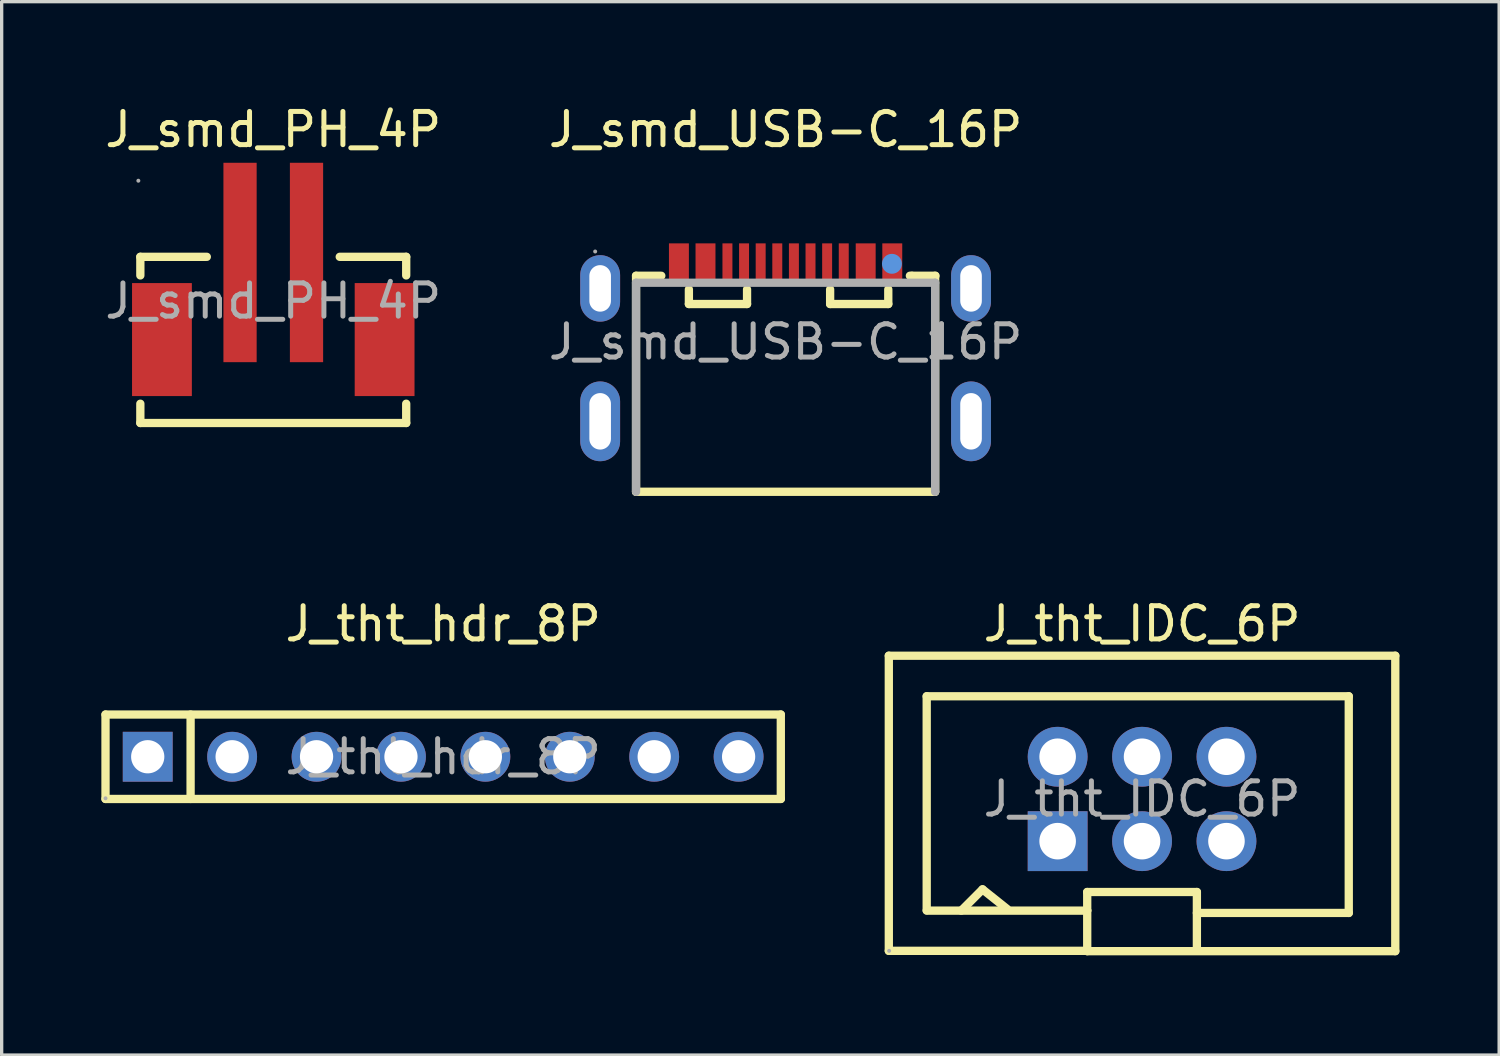
<source format=kicad_pcb>
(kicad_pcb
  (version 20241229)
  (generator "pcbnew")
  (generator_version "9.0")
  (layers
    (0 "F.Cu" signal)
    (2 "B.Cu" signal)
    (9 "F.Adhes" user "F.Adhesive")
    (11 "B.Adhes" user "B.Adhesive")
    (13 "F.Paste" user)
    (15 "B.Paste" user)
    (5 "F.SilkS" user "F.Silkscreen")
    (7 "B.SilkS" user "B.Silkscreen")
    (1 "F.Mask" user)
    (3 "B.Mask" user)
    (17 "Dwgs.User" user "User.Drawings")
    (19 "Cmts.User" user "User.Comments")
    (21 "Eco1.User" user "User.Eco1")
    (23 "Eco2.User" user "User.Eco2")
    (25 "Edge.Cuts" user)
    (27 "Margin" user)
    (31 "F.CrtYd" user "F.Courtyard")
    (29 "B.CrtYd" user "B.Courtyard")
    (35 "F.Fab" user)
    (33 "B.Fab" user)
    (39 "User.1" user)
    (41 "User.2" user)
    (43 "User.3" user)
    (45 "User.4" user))
  (footprint "J_tht_hdr_8P"
    (layer "F.Cu")
    (at 10.285 19.721)
    (property "Reference" "J_tht_hdr_8P" (at 0 -4 0) (layer "F.SilkS") (effects (font (size 1 1) (thickness 0.15))))
    (attr through_hole)
    (fp_line (start -10.16 -1.27) (end 10.16 -1.27) (stroke (width 0.25) (type solid)) (layer "F.SilkS"))
    (fp_line (start -10.16 1.27) (end -10.16 -1.27) (stroke (width 0.25) (type solid)) (layer "F.SilkS"))
    (fp_line (start -7.6 -1.27) (end -7.6 1.27) (stroke (width 0.25) (type solid)) (layer "F.SilkS"))
    (fp_line (start 10.16 -1.27) (end 10.16 1.27) (stroke (width 0.25) (type solid)) (layer "F.SilkS"))
    (fp_line (start 10.16 1.27) (end -10.16 1.27) (stroke (width 0.25) (type solid)) (layer "F.SilkS"))
    (fp_circle (center -10.16 1.25) (end -10.13 1.25) (stroke (width 0.06) (type solid)) (fill no) (layer "F.Fab"))
    (fp_text user "${REFERENCE}" (at 0 0 0) (layer "F.Fab") (effects (font (size 1 1) (thickness 0.15))))
    (pad "1" thru_hole rect (at -8.89 0) (size 1.5 1.5) (drill 1) (layers "*.Cu" "*.Mask"))
    (pad "2" thru_hole circle (at -6.35 0) (size 1.5 1.5) (drill 1) (layers "*.Cu" "*.Mask"))
    (pad "3" thru_hole circle (at -3.81 0) (size 1.5 1.5) (drill 1) (layers "*.Cu" "*.Mask"))
    (pad "4" thru_hole circle (at -1.27 0) (size 1.5 1.5) (drill 1) (layers "*.Cu" "*.Mask"))
    (pad "5" thru_hole circle (at 1.27 0) (size 1.5 1.5) (drill 1) (layers "*.Cu" "*.Mask"))
    (pad "6" thru_hole circle (at 3.81 0) (size 1.5 1.5) (drill 1) (layers "*.Cu" "*.Mask"))
    (pad "7" thru_hole circle (at 6.35 0) (size 1.5 1.5) (drill 1) (layers "*.Cu" "*.Mask"))
    (pad "8" thru_hole circle (at 8.89 0) (size 1.5 1.5) (drill 1) (layers "*.Cu" "*.Mask")))
  (footprint "J_smd_USB-C_16P"
    (layer "F.Cu")
    (at 20.589 7.238)
    (property "Reference" "J_smd_USB-C_16P" (at 0 -6.39 0) (layer "F.SilkS") (effects (font (size 1 1) (thickness 0.15))))
    (attr smd)
    (fp_line (start -4.5 -1.99) (end -4.5 4.51) (stroke (width 0.25) (type solid)) (layer "F.SilkS"))
    (fp_line (start -4.5 4.51) (end 4.45 4.51) (stroke (width 0.25) (type solid)) (layer "F.SilkS"))
    (fp_line (start -3.74 -1.99) (end -4.5 -1.99) (stroke (width 0.25) (type solid)) (layer "F.SilkS"))
    (fp_line (start -2.91 -1.14) (end -2.91 -1.58) (stroke (width 0.25) (type solid)) (layer "F.SilkS"))
    (fp_line (start -2.91 -1.14) (end -1.16 -1.14) (stroke (width 0.25) (type solid)) (layer "F.SilkS"))
    (fp_line (start -1.16 -1.14) (end -1.16 -1.58) (stroke (width 0.25) (type solid)) (layer "F.SilkS"))
    (fp_line (start 1.34 -1.14) (end 1.34 -1.58) (stroke (width 0.25) (type solid)) (layer "F.SilkS"))
    (fp_line (start 3.09 -1.14) (end 1.34 -1.14) (stroke (width 0.25) (type solid)) (layer "F.SilkS"))
    (fp_line (start 3.09 -1.14) (end 3.09 -1.58) (stroke (width 0.25) (type solid)) (layer "F.SilkS"))
    (fp_line (start 3.8 -1.99) (end 3.74 -1.99) (stroke (width 0.25) (type solid)) (layer "F.SilkS"))
    (fp_line (start 4.45 4.51) (end 4.5 4.51) (stroke (width 0.25) (type solid)) (layer "F.SilkS"))
    (fp_line (start 4.5 4.51) (end 4.5 -1.99) (stroke (width 0.25) (type solid)) (layer "F.SilkS"))
    (fp_line (start 4.51 -1.99) (end 3.8 -1.99) (stroke (width 0.25) (type solid)) (layer "F.SilkS"))
    (fp_circle (center 3.2 -2.35) (end 3.35 -2.35) (stroke (width 0.3) (type solid)) (fill no) (layer "Cmts.User"))
    (fp_line (start -4.5 -1.78) (end -4.5 4.51) (stroke (width 0.25) (type solid)) (layer "F.Fab"))
    (fp_line (start 4.5 -1.78) (end -4.5 -1.78) (stroke (width 0.25) (type solid)) (layer "F.Fab"))
    (fp_line (start 4.5 4.51) (end 4.5 -1.78) (stroke (width 0.25) (type solid)) (layer "F.Fab"))
    (fp_circle (center -5.73 -2.72) (end -5.7 -2.72) (stroke (width 0.06) (type solid)) (fill no) (layer "F.Fab"))
    (fp_text user "${REFERENCE}" (at 0 0 0) (layer "F.Fab") (effects (font (size 1 1) (thickness 0.15))))
    (pad "13" thru_hole oval (at 5.58 -1.61) (size 1.2 2) (drill oval 0.65 1.4) (layers "*.Cu" "*.Mask"))
    (pad "14" thru_hole oval (at 5.58 2.39) (size 1.2 2.4) (drill oval 0.65 1.7) (layers "*.Cu" "*.Mask"))
    (pad "15" thru_hole oval (at -5.58 2.39) (size 1.2 2.4) (drill oval 0.65 1.7) (layers "*.Cu" "*.Mask"))
    (pad "16" thru_hole oval (at -5.58 -1.61) (size 1.2 2) (drill oval 0.65 1.4) (layers "*.Cu" "*.Mask"))
    (pad "A5" smd rect (at -1.25 -2.39) (size 0.3 1.15) (layers "F.Cu" "F.Mask" "F.Paste"))
    (pad "A6" smd rect (at -0.25 -2.39) (size 0.3 1.15) (layers "F.Cu" "F.Mask" "F.Paste"))
    (pad "A7" smd rect (at 0.25 -2.39) (size 0.3 1.15) (layers "F.Cu" "F.Mask" "F.Paste"))
    (pad "A8" smd rect (at 1.25 -2.39) (size 0.3 1.15) (layers "F.Cu" "F.Mask" "F.Paste"))
    (pad "A9B4" smd rect (at 2.41 -2.39) (size 0.6 1.15) (layers "F.Cu" "F.Mask" "F.Paste"))
    (pad "A12B1" smd rect (at 3.21 -2.39) (size 0.6 1.15) (layers "F.Cu" "F.Mask" "F.Paste"))
    (pad "B5" smd rect (at 1.75 -2.39) (size 0.3 1.15) (layers "F.Cu" "F.Mask" "F.Paste"))
    (pad "B6" smd rect (at 0.75 -2.39) (size 0.3 1.15) (layers "F.Cu" "F.Mask" "F.Paste"))
    (pad "B7" smd rect (at -0.75 -2.39) (size 0.3 1.15) (layers "F.Cu" "F.Mask" "F.Paste"))
    (pad "B8" smd rect (at -1.75 -2.39) (size 0.3 1.15) (layers "F.Cu" "F.Mask" "F.Paste"))
    (pad "B9A4" smd rect (at -2.41 -2.39 180) (size 0.6 1.15) (layers "F.Cu" "F.Mask" "F.Paste"))
    (pad "B12A1" smd rect (at -3.21 -2.39 180) (size 0.6 1.15) (layers "F.Cu" "F.Mask" "F.Paste")))
  (footprint "J_smd_PH_4P"
    (layer "F.Cu")
    (at 5.173 6.008)
    (property "Reference" "J_smd_PH_4P" (at 0 -5.16 0) (layer "F.SilkS") (effects (font (size 1 1) (thickness 0.15))))
    (attr smd)
    (fp_line (start -4 -1.33) (end -4 -0.77) (stroke (width 0.25) (type solid)) (layer "F.SilkS"))
    (fp_line (start -4 -1.33) (end -2 -1.33) (stroke (width 0.25) (type solid)) (layer "F.SilkS"))
    (fp_line (start -4 3.09) (end -4 3.67) (stroke (width 0.25) (type solid)) (layer "F.SilkS"))
    (fp_line (start 2 -1.33) (end 4 -1.33) (stroke (width 0.25) (type solid)) (layer "F.SilkS"))
    (fp_line (start 4 -0.77) (end 4 -1.33) (stroke (width 0.25) (type solid)) (layer "F.SilkS"))
    (fp_line (start 4 3.67) (end -4 3.67) (stroke (width 0.25) (type solid)) (layer "F.SilkS"))
    (fp_line (start 4 3.67) (end 4 3.09) (stroke (width 0.25) (type solid)) (layer "F.SilkS"))
    (fp_circle (center -4.06 -3.62) (end -4.03 -3.62) (stroke (width 0.06) (type solid)) (fill no) (layer "F.Fab"))
    (fp_text user "${REFERENCE}" (at 0 0 0) (layer "F.Fab") (effects (font (size 1 1) (thickness 0.15))))
    (pad "1" smd rect (at 1 -1.16) (size 1 6) (layers "F.Cu" "F.Mask" "F.Paste"))
    (pad "2" smd rect (at -1 -1.16) (size 1 6) (layers "F.Cu" "F.Mask" "F.Paste"))
    (pad "3" smd rect (at -3.35 1.16) (size 1.8 3.4) (layers "F.Cu" "F.Mask" "F.Paste"))
    (pad "4" smd rect (at 3.35 1.16) (size 1.8 3.4) (layers "F.Cu" "F.Mask" "F.Paste")))
  (footprint "J_tht_IDC_6P"
    (layer "F.Cu")
    (at 31.315 20.991)
    (property "Reference" "J_tht_IDC_6P" (at 0 -5.27 0) (layer "F.SilkS") (effects (font (size 1 1) (thickness 0.15))))
    (attr through_hole)
    (fp_line (start -7.62 -4.31) (end 7.62 -4.31) (stroke (width 0.25) (type solid)) (layer "F.SilkS"))
    (fp_line (start -7.62 4.57) (end -7.62 -4.31) (stroke (width 0.25) (type solid)) (layer "F.SilkS"))
    (fp_line (start -6.48 -3.09) (end 6.22 -3.09) (stroke (width 0.25) (type solid)) (layer "F.SilkS"))
    (fp_line (start -6.48 3.35) (end -6.48 -3.09) (stroke (width 0.25) (type solid)) (layer "F.SilkS"))
    (fp_line (start -6.48 3.36) (end -1.65 3.36) (stroke (width 0.25) (type solid)) (layer "F.SilkS"))
    (fp_line (start -5.44 3.36) (end -4.8 2.72) (stroke (width 0.25) (type solid)) (layer "F.SilkS"))
    (fp_line (start -4.8 2.72) (end -4.06 3.31) (stroke (width 0.25) (type solid)) (layer "F.SilkS"))
    (fp_line (start -1.65 2.8) (end 1.65 2.8) (stroke (width 0.25) (type solid)) (layer "F.SilkS"))
    (fp_line (start -1.65 3.35) (end -1.65 2.8) (stroke (width 0.25) (type solid)) (layer "F.SilkS"))
    (fp_line (start -1.65 3.36) (end -1.65 4.58) (stroke (width 0.25) (type solid)) (layer "F.SilkS"))
    (fp_line (start -1.65 4.57) (end -7.62 4.57) (stroke (width 0.25) (type solid)) (layer "F.SilkS"))
    (fp_line (start 1.65 2.8) (end 1.65 4.57) (stroke (width 0.25) (type solid)) (layer "F.SilkS"))
    (fp_line (start 1.65 3.43) (end 6.22 3.43) (stroke (width 0.25) (type solid)) (layer "F.SilkS"))
    (fp_line (start 6.22 3.43) (end 6.22 -3.09) (stroke (width 0.25) (type solid)) (layer "F.SilkS"))
    (fp_line (start 7.62 -4.31) (end 7.62 4.58) (stroke (width 0.25) (type solid)) (layer "F.SilkS"))
    (fp_line (start 7.62 4.58) (end -1.65 4.58) (stroke (width 0.25) (type solid)) (layer "F.SilkS"))
    (fp_circle (center -7.61 4.57) (end -7.58 4.57) (stroke (width 0.06) (type solid)) (fill no) (layer "F.Fab"))
    (fp_text user "${REFERENCE}" (at 0 0 0) (layer "F.Fab") (effects (font (size 1 1) (thickness 0.15))))
    (pad "1" thru_hole rect (at -2.54 1.27) (size 1.8 1.8) (drill 1.1) (layers "*.Cu" "*.Mask"))
    (pad "2" thru_hole circle (at -2.54 -1.27) (size 1.8 1.8) (drill 1.1) (layers "*.Cu" "*.Mask"))
    (pad "3" thru_hole circle (at 0 1.27) (size 1.8 1.8) (drill 1.1) (layers "*.Cu" "*.Mask"))
    (pad "4" thru_hole circle (at 0 -1.27) (size 1.8 1.8) (drill 1.1) (layers "*.Cu" "*.Mask"))
    (pad "5" thru_hole circle (at 2.54 1.27) (size 1.8 1.8) (drill 1.1) (layers "*.Cu" "*.Mask"))
    (pad "6" thru_hole circle (at 2.54 -1.27) (size 1.8 1.8) (drill 1.1) (layers "*.Cu" "*.Mask")))
  (gr_rect
    (start -3 -3)
    (end 42.06 28.697)
    (stroke (width 0.1) (type default))
    (fill no)
    (layer "Edge.Cuts")))
</source>
